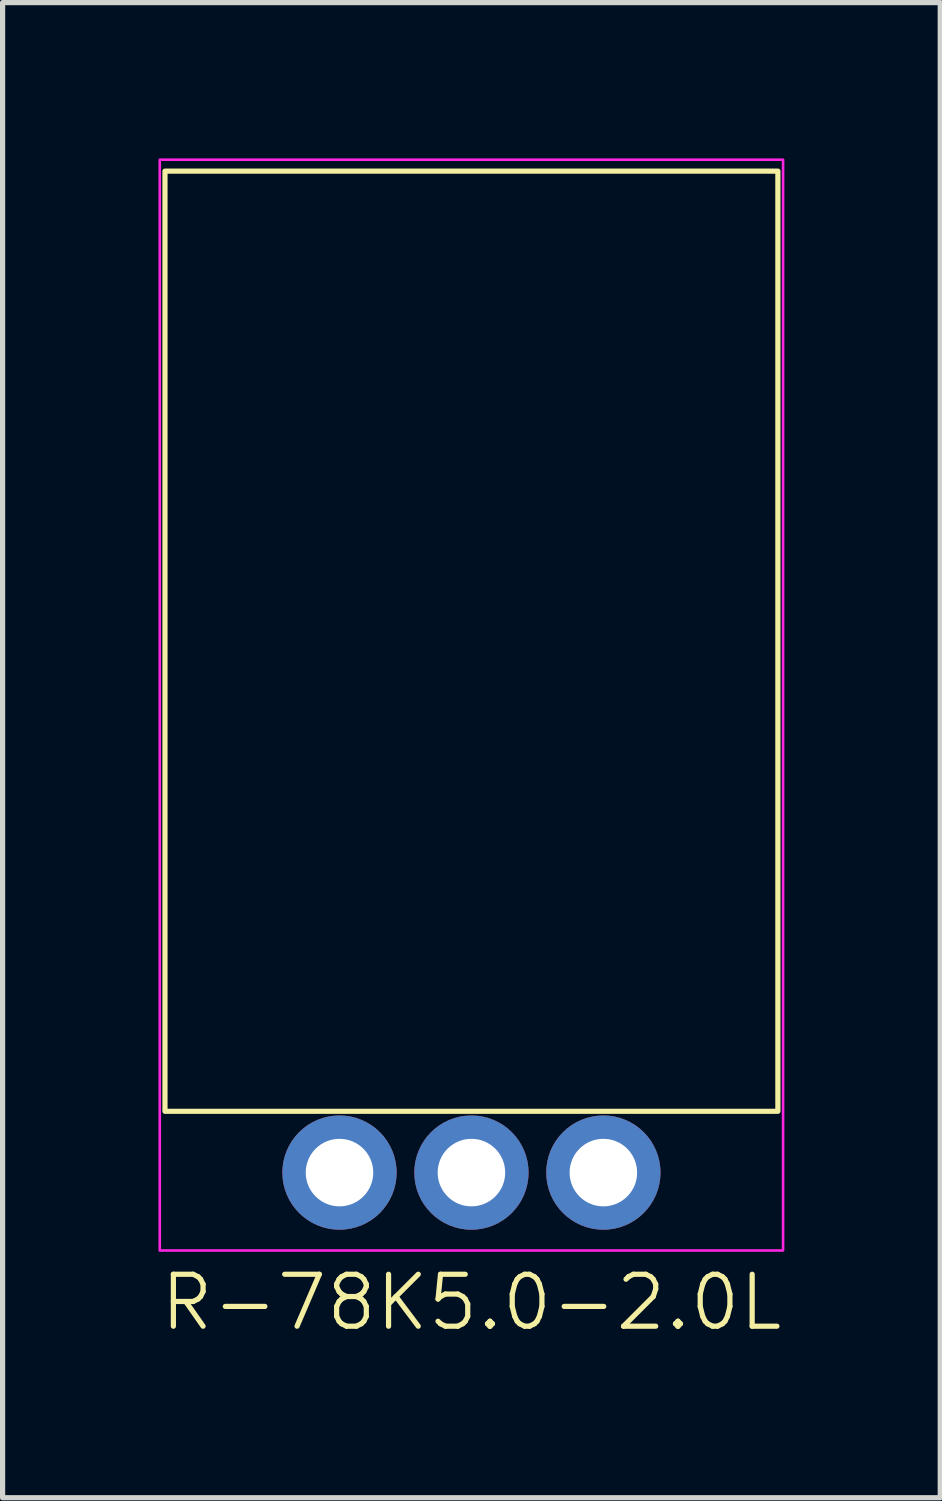
<source format=kicad_pcb>
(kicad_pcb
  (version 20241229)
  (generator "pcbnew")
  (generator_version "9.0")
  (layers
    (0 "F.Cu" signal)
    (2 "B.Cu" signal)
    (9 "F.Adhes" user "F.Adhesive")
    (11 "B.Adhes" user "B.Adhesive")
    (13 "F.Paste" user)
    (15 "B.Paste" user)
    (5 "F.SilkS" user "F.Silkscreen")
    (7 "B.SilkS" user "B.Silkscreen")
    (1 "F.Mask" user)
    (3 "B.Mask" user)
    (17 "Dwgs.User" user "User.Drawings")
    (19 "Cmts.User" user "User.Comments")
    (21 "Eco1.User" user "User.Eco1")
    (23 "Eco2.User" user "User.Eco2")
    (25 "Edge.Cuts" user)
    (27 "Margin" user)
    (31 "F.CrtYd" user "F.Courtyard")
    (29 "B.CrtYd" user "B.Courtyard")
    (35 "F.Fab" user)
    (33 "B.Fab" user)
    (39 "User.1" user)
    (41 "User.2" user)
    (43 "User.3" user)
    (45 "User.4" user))
  (footprint "R-78K5.0-2.0L"
    (layer "F.Cu")
    (at 6.026 19.525)
    (property "Reference" "R-78K5.0-2.0L" (at 0 2.5 0) (unlocked yes) (layer "F.SilkS") (effects (font (size 1 1) (thickness 0.1))))
    (attr smd)
    (fp_rect (start -5.9 -19.28) (end 5.9 -1.18) (stroke (width 0.1) (type solid)) (fill no) (layer "F.SilkS"))
    (fp_rect (start -6 -19.5) (end 6 1.5) (stroke (width 0.05) (type default)) (fill no) (layer "F.CrtYd"))
    (pad "1" thru_hole circle (at -2.54 0) (size 2.2 2.2) (drill 1.3) (layers "*.Cu" "*.Mask"))
    (pad "2" thru_hole circle (at 0 0) (size 2.2 2.2) (drill 1.3) (layers "*.Cu" "*.Mask"))
    (pad "3" thru_hole circle (at 2.54 0) (size 2.2 2.2) (drill 1.3) (layers "*.Cu" "*.Mask")))
  (gr_rect
    (start -3 -3)
    (end 15.052 25.785)
    (stroke (width 0.1) (type default))
    (fill no)
    (layer "Edge.Cuts")))
</source>
